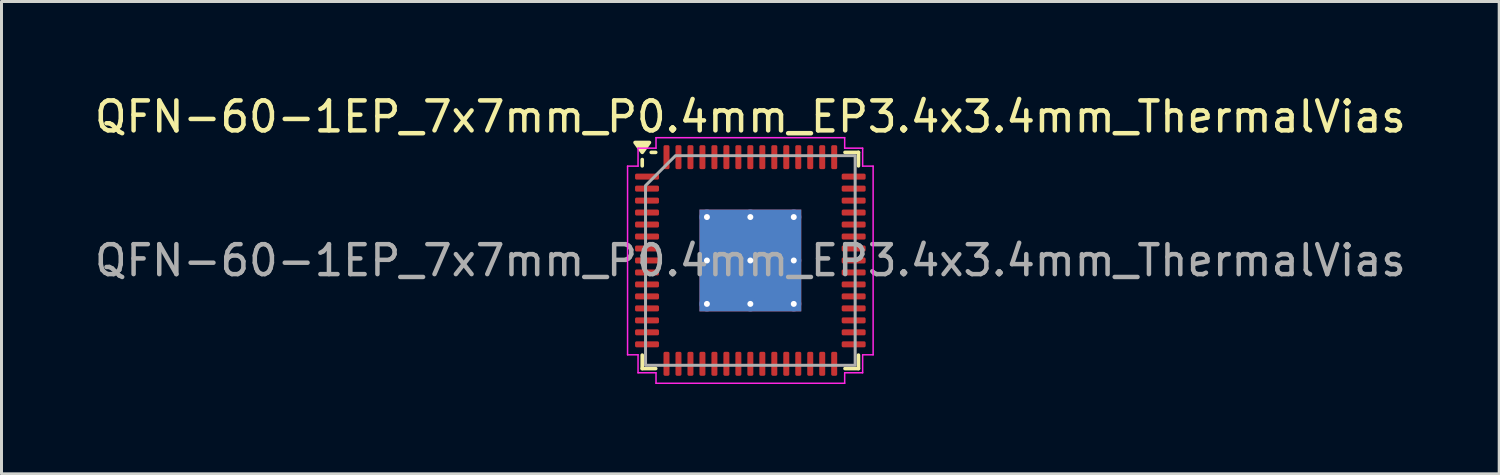
<source format=kicad_pcb>
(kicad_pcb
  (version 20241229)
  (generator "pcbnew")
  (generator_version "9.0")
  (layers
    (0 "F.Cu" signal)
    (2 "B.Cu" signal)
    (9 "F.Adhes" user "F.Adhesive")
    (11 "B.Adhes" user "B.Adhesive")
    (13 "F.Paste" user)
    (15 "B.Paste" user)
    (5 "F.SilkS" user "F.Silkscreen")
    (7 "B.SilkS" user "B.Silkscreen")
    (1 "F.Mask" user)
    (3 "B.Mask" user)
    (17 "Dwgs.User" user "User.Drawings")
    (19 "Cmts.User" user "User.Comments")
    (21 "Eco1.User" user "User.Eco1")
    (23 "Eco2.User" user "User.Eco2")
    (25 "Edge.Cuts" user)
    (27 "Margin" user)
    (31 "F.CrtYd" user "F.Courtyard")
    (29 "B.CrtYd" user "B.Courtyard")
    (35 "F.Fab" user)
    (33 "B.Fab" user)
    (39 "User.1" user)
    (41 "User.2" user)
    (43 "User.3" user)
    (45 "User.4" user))
  (footprint "QFN-60-1EP_7x7mm_P0.4mm_EP3.4x3.4mm_ThermalVias"
    (layer "F.Cu")
    (at 22.006 5.648)
    (property "Reference" "QFN-60-1EP_7x7mm_P0.4mm_EP3.4x3.4mm_ThermalVias" (at 0 -4.8 0) (layer "F.SilkS") (effects (font (size 1 1) (thickness 0.15))))
    (attr smd)
    (fp_line (start -3.61 -3.16) (end -3.61 -3.37) (stroke (width 0.12) (type solid)) (layer "F.SilkS"))
    (fp_line (start -3.61 3.61) (end -3.61 3.16) (stroke (width 0.12) (type solid)) (layer "F.SilkS"))
    (fp_line (start -3.16 -3.61) (end -3.31 -3.61) (stroke (width 0.12) (type solid)) (layer "F.SilkS"))
    (fp_line (start -3.16 3.61) (end -3.61 3.61) (stroke (width 0.12) (type solid)) (layer "F.SilkS"))
    (fp_line (start 3.16 -3.61) (end 3.61 -3.61) (stroke (width 0.12) (type solid)) (layer "F.SilkS"))
    (fp_line (start 3.16 3.61) (end 3.61 3.61) (stroke (width 0.12) (type solid)) (layer "F.SilkS"))
    (fp_line (start 3.61 -3.61) (end 3.61 -3.16) (stroke (width 0.12) (type solid)) (layer "F.SilkS"))
    (fp_line (start 3.61 3.61) (end 3.61 3.16) (stroke (width 0.12) (type solid)) (layer "F.SilkS"))
    (fp_poly (pts (xy -3.61 -3.61) (xy -3.85 -3.94) (xy -3.37 -3.94)) (stroke (width 0.12) (type solid)) (fill yes) (layer "F.SilkS"))
    (fp_line (start -4.1 -3.15) (end -3.75 -3.15) (stroke (width 0.05) (type solid)) (layer "F.CrtYd"))
    (fp_line (start -4.1 3.15) (end -4.1 -3.15) (stroke (width 0.05) (type solid)) (layer "F.CrtYd"))
    (fp_line (start -3.75 -3.75) (end -3.15 -3.75) (stroke (width 0.05) (type solid)) (layer "F.CrtYd"))
    (fp_line (start -3.75 -3.15) (end -3.75 -3.75) (stroke (width 0.05) (type solid)) (layer "F.CrtYd"))
    (fp_line (start -3.75 3.15) (end -4.1 3.15) (stroke (width 0.05) (type solid)) (layer "F.CrtYd"))
    (fp_line (start -3.75 3.75) (end -3.75 3.15) (stroke (width 0.05) (type solid)) (layer "F.CrtYd"))
    (fp_line (start -3.15 -4.1) (end 3.15 -4.1) (stroke (width 0.05) (type solid)) (layer "F.CrtYd"))
    (fp_line (start -3.15 -3.75) (end -3.15 -4.1) (stroke (width 0.05) (type solid)) (layer "F.CrtYd"))
    (fp_line (start -3.15 3.75) (end -3.75 3.75) (stroke (width 0.05) (type solid)) (layer "F.CrtYd"))
    (fp_line (start -3.15 4.1) (end -3.15 3.75) (stroke (width 0.05) (type solid)) (layer "F.CrtYd"))
    (fp_line (start 3.15 -4.1) (end 3.15 -3.75) (stroke (width 0.05) (type solid)) (layer "F.CrtYd"))
    (fp_line (start 3.15 -3.75) (end 3.75 -3.75) (stroke (width 0.05) (type solid)) (layer "F.CrtYd"))
    (fp_line (start 3.15 3.75) (end 3.15 4.1) (stroke (width 0.05) (type solid)) (layer "F.CrtYd"))
    (fp_line (start 3.15 4.1) (end -3.15 4.1) (stroke (width 0.05) (type solid)) (layer "F.CrtYd"))
    (fp_line (start 3.75 -3.75) (end 3.75 -3.15) (stroke (width 0.05) (type solid)) (layer "F.CrtYd"))
    (fp_line (start 3.75 -3.15) (end 4.1 -3.15) (stroke (width 0.05) (type solid)) (layer "F.CrtYd"))
    (fp_line (start 3.75 3.15) (end 3.75 3.75) (stroke (width 0.05) (type solid)) (layer "F.CrtYd"))
    (fp_line (start 3.75 3.75) (end 3.15 3.75) (stroke (width 0.05) (type solid)) (layer "F.CrtYd"))
    (fp_line (start 4.1 -3.15) (end 4.1 3.15) (stroke (width 0.05) (type solid)) (layer "F.CrtYd"))
    (fp_line (start 4.1 3.15) (end 3.75 3.15) (stroke (width 0.05) (type solid)) (layer "F.CrtYd"))
    (fp_poly (pts (xy -3.5 -2.5) (xy -3.5 3.5) (xy 3.5 3.5) (xy 3.5 -3.5) (xy -2.5 -3.5)) (stroke (width 0.1) (type solid)) (fill no) (layer "F.Fab"))
    (fp_text user "${REFERENCE}" (at 0 0 0) (layer "F.Fab") (effects (font (size 1 1) (thickness 0.15))))
    (pad "" smd roundrect (at -0.85 -0.85) (size 1.32 1.32) (layers "F.Paste") (roundrect_rratio 0.189))
    (pad "" smd roundrect (at -0.85 0.85) (size 1.32 1.32) (layers "F.Paste") (roundrect_rratio 0.189))
    (pad "" smd roundrect (at 0.85 -0.85) (size 1.32 1.32) (layers "F.Paste") (roundrect_rratio 0.189))
    (pad "" smd roundrect (at 0.85 0.85) (size 1.32 1.32) (layers "F.Paste") (roundrect_rratio 0.189))
    (pad "1" smd roundrect (at -3.45 -2.8) (size 0.8 0.2) (layers "F.Cu" "F.Mask" "F.Paste") (roundrect_rratio 0.25))
    (pad "2" smd roundrect (at -3.45 -2.4) (size 0.8 0.2) (layers "F.Cu" "F.Mask" "F.Paste") (roundrect_rratio 0.25))
    (pad "3" smd roundrect (at -3.45 -2) (size 0.8 0.2) (layers "F.Cu" "F.Mask" "F.Paste") (roundrect_rratio 0.25))
    (pad "4" smd roundrect (at -3.45 -1.6) (size 0.8 0.2) (layers "F.Cu" "F.Mask" "F.Paste") (roundrect_rratio 0.25))
    (pad "5" smd roundrect (at -3.45 -1.2) (size 0.8 0.2) (layers "F.Cu" "F.Mask" "F.Paste") (roundrect_rratio 0.25))
    (pad "6" smd roundrect (at -3.45 -0.8) (size 0.8 0.2) (layers "F.Cu" "F.Mask" "F.Paste") (roundrect_rratio 0.25))
    (pad "7" smd roundrect (at -3.45 -0.4) (size 0.8 0.2) (layers "F.Cu" "F.Mask" "F.Paste") (roundrect_rratio 0.25))
    (pad "8" smd roundrect (at -3.45 0) (size 0.8 0.2) (layers "F.Cu" "F.Mask" "F.Paste") (roundrect_rratio 0.25))
    (pad "9" smd roundrect (at -3.45 0.4) (size 0.8 0.2) (layers "F.Cu" "F.Mask" "F.Paste") (roundrect_rratio 0.25))
    (pad "10" smd roundrect (at -3.45 0.8) (size 0.8 0.2) (layers "F.Cu" "F.Mask" "F.Paste") (roundrect_rratio 0.25))
    (pad "11" smd roundrect (at -3.45 1.2) (size 0.8 0.2) (layers "F.Cu" "F.Mask" "F.Paste") (roundrect_rratio 0.25))
    (pad "12" smd roundrect (at -3.45 1.6) (size 0.8 0.2) (layers "F.Cu" "F.Mask" "F.Paste") (roundrect_rratio 0.25))
    (pad "13" smd roundrect (at -3.45 2) (size 0.8 0.2) (layers "F.Cu" "F.Mask" "F.Paste") (roundrect_rratio 0.25))
    (pad "14" smd roundrect (at -3.45 2.4) (size 0.8 0.2) (layers "F.Cu" "F.Mask" "F.Paste") (roundrect_rratio 0.25))
    (pad "15" smd roundrect (at -3.45 2.8) (size 0.8 0.2) (layers "F.Cu" "F.Mask" "F.Paste") (roundrect_rratio 0.25))
    (pad "16" smd roundrect (at -2.8 3.45) (size 0.2 0.8) (layers "F.Cu" "F.Mask" "F.Paste") (roundrect_rratio 0.25))
    (pad "17" smd roundrect (at -2.4 3.45) (size 0.2 0.8) (layers "F.Cu" "F.Mask" "F.Paste") (roundrect_rratio 0.25))
    (pad "18" smd roundrect (at -2 3.45) (size 0.2 0.8) (layers "F.Cu" "F.Mask" "F.Paste") (roundrect_rratio 0.25))
    (pad "19" smd roundrect (at -1.6 3.45) (size 0.2 0.8) (layers "F.Cu" "F.Mask" "F.Paste") (roundrect_rratio 0.25))
    (pad "20" smd roundrect (at -1.2 3.45) (size 0.2 0.8) (layers "F.Cu" "F.Mask" "F.Paste") (roundrect_rratio 0.25))
    (pad "21" smd roundrect (at -0.8 3.45) (size 0.2 0.8) (layers "F.Cu" "F.Mask" "F.Paste") (roundrect_rratio 0.25))
    (pad "22" smd roundrect (at -0.4 3.45) (size 0.2 0.8) (layers "F.Cu" "F.Mask" "F.Paste") (roundrect_rratio 0.25))
    (pad "23" smd roundrect (at 0 3.45) (size 0.2 0.8) (layers "F.Cu" "F.Mask" "F.Paste") (roundrect_rratio 0.25))
    (pad "24" smd roundrect (at 0.4 3.45) (size 0.2 0.8) (layers "F.Cu" "F.Mask" "F.Paste") (roundrect_rratio 0.25))
    (pad "25" smd roundrect (at 0.8 3.45) (size 0.2 0.8) (layers "F.Cu" "F.Mask" "F.Paste") (roundrect_rratio 0.25))
    (pad "26" smd roundrect (at 1.2 3.45) (size 0.2 0.8) (layers "F.Cu" "F.Mask" "F.Paste") (roundrect_rratio 0.25))
    (pad "27" smd roundrect (at 1.6 3.45) (size 0.2 0.8) (layers "F.Cu" "F.Mask" "F.Paste") (roundrect_rratio 0.25))
    (pad "28" smd roundrect (at 2 3.45) (size 0.2 0.8) (layers "F.Cu" "F.Mask" "F.Paste") (roundrect_rratio 0.25))
    (pad "29" smd roundrect (at 2.4 3.45) (size 0.2 0.8) (layers "F.Cu" "F.Mask" "F.Paste") (roundrect_rratio 0.25))
    (pad "30" smd roundrect (at 2.8 3.45) (size 0.2 0.8) (layers "F.Cu" "F.Mask" "F.Paste") (roundrect_rratio 0.25))
    (pad "31" smd roundrect (at 3.45 2.8) (size 0.8 0.2) (layers "F.Cu" "F.Mask" "F.Paste") (roundrect_rratio 0.25))
    (pad "32" smd roundrect (at 3.45 2.4) (size 0.8 0.2) (layers "F.Cu" "F.Mask" "F.Paste") (roundrect_rratio 0.25))
    (pad "33" smd roundrect (at 3.45 2) (size 0.8 0.2) (layers "F.Cu" "F.Mask" "F.Paste") (roundrect_rratio 0.25))
    (pad "34" smd roundrect (at 3.45 1.6) (size 0.8 0.2) (layers "F.Cu" "F.Mask" "F.Paste") (roundrect_rratio 0.25))
    (pad "35" smd roundrect (at 3.45 1.2) (size 0.8 0.2) (layers "F.Cu" "F.Mask" "F.Paste") (roundrect_rratio 0.25))
    (pad "36" smd roundrect (at 3.45 0.8) (size 0.8 0.2) (layers "F.Cu" "F.Mask" "F.Paste") (roundrect_rratio 0.25))
    (pad "37" smd roundrect (at 3.45 0.4) (size 0.8 0.2) (layers "F.Cu" "F.Mask" "F.Paste") (roundrect_rratio 0.25))
    (pad "38" smd roundrect (at 3.45 0) (size 0.8 0.2) (layers "F.Cu" "F.Mask" "F.Paste") (roundrect_rratio 0.25))
    (pad "39" smd roundrect (at 3.45 -0.4) (size 0.8 0.2) (layers "F.Cu" "F.Mask" "F.Paste") (roundrect_rratio 0.25))
    (pad "40" smd roundrect (at 3.45 -0.8) (size 0.8 0.2) (layers "F.Cu" "F.Mask" "F.Paste") (roundrect_rratio 0.25))
    (pad "41" smd roundrect (at 3.45 -1.2) (size 0.8 0.2) (layers "F.Cu" "F.Mask" "F.Paste") (roundrect_rratio 0.25))
    (pad "42" smd roundrect (at 3.45 -1.6) (size 0.8 0.2) (layers "F.Cu" "F.Mask" "F.Paste") (roundrect_rratio 0.25))
    (pad "43" smd roundrect (at 3.45 -2) (size 0.8 0.2) (layers "F.Cu" "F.Mask" "F.Paste") (roundrect_rratio 0.25))
    (pad "44" smd roundrect (at 3.45 -2.4) (size 0.8 0.2) (layers "F.Cu" "F.Mask" "F.Paste") (roundrect_rratio 0.25))
    (pad "45" smd roundrect (at 3.45 -2.8) (size 0.8 0.2) (layers "F.Cu" "F.Mask" "F.Paste") (roundrect_rratio 0.25))
    (pad "46" smd roundrect (at 2.8 -3.45) (size 0.2 0.8) (layers "F.Cu" "F.Mask" "F.Paste") (roundrect_rratio 0.25))
    (pad "47" smd roundrect (at 2.4 -3.45) (size 0.2 0.8) (layers "F.Cu" "F.Mask" "F.Paste") (roundrect_rratio 0.25))
    (pad "48" smd roundrect (at 2 -3.45) (size 0.2 0.8) (layers "F.Cu" "F.Mask" "F.Paste") (roundrect_rratio 0.25))
    (pad "49" smd roundrect (at 1.6 -3.45) (size 0.2 0.8) (layers "F.Cu" "F.Mask" "F.Paste") (roundrect_rratio 0.25))
    (pad "50" smd roundrect (at 1.2 -3.45) (size 0.2 0.8) (layers "F.Cu" "F.Mask" "F.Paste") (roundrect_rratio 0.25))
    (pad "51" smd roundrect (at 0.8 -3.45) (size 0.2 0.8) (layers "F.Cu" "F.Mask" "F.Paste") (roundrect_rratio 0.25))
    (pad "52" smd roundrect (at 0.4 -3.45) (size 0.2 0.8) (layers "F.Cu" "F.Mask" "F.Paste") (roundrect_rratio 0.25))
    (pad "53" smd roundrect (at 0 -3.45) (size 0.2 0.8) (layers "F.Cu" "F.Mask" "F.Paste") (roundrect_rratio 0.25))
    (pad "54" smd roundrect (at -0.4 -3.45) (size 0.2 0.8) (layers "F.Cu" "F.Mask" "F.Paste") (roundrect_rratio 0.25))
    (pad "55" smd roundrect (at -0.8 -3.45) (size 0.2 0.8) (layers "F.Cu" "F.Mask" "F.Paste") (roundrect_rratio 0.25))
    (pad "56" smd roundrect (at -1.2 -3.45) (size 0.2 0.8) (layers "F.Cu" "F.Mask" "F.Paste") (roundrect_rratio 0.25))
    (pad "57" smd roundrect (at -1.6 -3.45) (size 0.2 0.8) (layers "F.Cu" "F.Mask" "F.Paste") (roundrect_rratio 0.25))
    (pad "58" smd roundrect (at -2 -3.45) (size 0.2 0.8) (layers "F.Cu" "F.Mask" "F.Paste") (roundrect_rratio 0.25))
    (pad "59" smd roundrect (at -2.4 -3.45) (size 0.2 0.8) (layers "F.Cu" "F.Mask" "F.Paste") (roundrect_rratio 0.25))
    (pad "60" smd roundrect (at -2.8 -3.45) (size 0.2 0.8) (layers "F.Cu" "F.Mask" "F.Paste") (roundrect_rratio 0.25))
    (pad "61" thru_hole circle (at -1.45 -1.45) (size 0.5 0.5) (drill 0.2) (property pad_prop_heatsink) (layers "*.Cu"))
    (pad "61" thru_hole circle (at -1.45 0) (size 0.5 0.5) (drill 0.2) (property pad_prop_heatsink) (layers "*.Cu"))
    (pad "61" thru_hole circle (at -1.45 1.45) (size 0.5 0.5) (drill 0.2) (property pad_prop_heatsink) (layers "*.Cu"))
    (pad "61" thru_hole circle (at 0 -1.45) (size 0.5 0.5) (drill 0.2) (property pad_prop_heatsink) (layers "*.Cu"))
    (pad "61" thru_hole circle (at 0 0) (size 0.5 0.5) (drill 0.2) (property pad_prop_heatsink) (layers "*.Cu"))
    (pad "61" smd rect (at 0 0) (size 3.4 3.4) (property pad_prop_heatsink) (layers "F.Cu" "F.Mask"))
    (pad "61" smd rect (at 0 0) (size 3.4 3.4) (property pad_prop_heatsink) (layers "B.Cu"))
    (pad "61" thru_hole circle (at 0 1.45) (size 0.5 0.5) (drill 0.2) (property pad_prop_heatsink) (layers "*.Cu"))
    (pad "61" thru_hole circle (at 1.45 -1.45) (size 0.5 0.5) (drill 0.2) (property pad_prop_heatsink) (layers "*.Cu"))
    (pad "61" thru_hole circle (at 1.45 0) (size 0.5 0.5) (drill 0.2) (property pad_prop_heatsink) (layers "*.Cu"))
    (pad "61" thru_hole circle (at 1.45 1.45) (size 0.5 0.5) (drill 0.2) (property pad_prop_heatsink) (layers "*.Cu")))
  (gr_rect
    (start -3 -3)
    (end 47.012 12.773)
    (stroke (width 0.1) (type default))
    (fill no)
    (layer "Edge.Cuts")))
</source>
